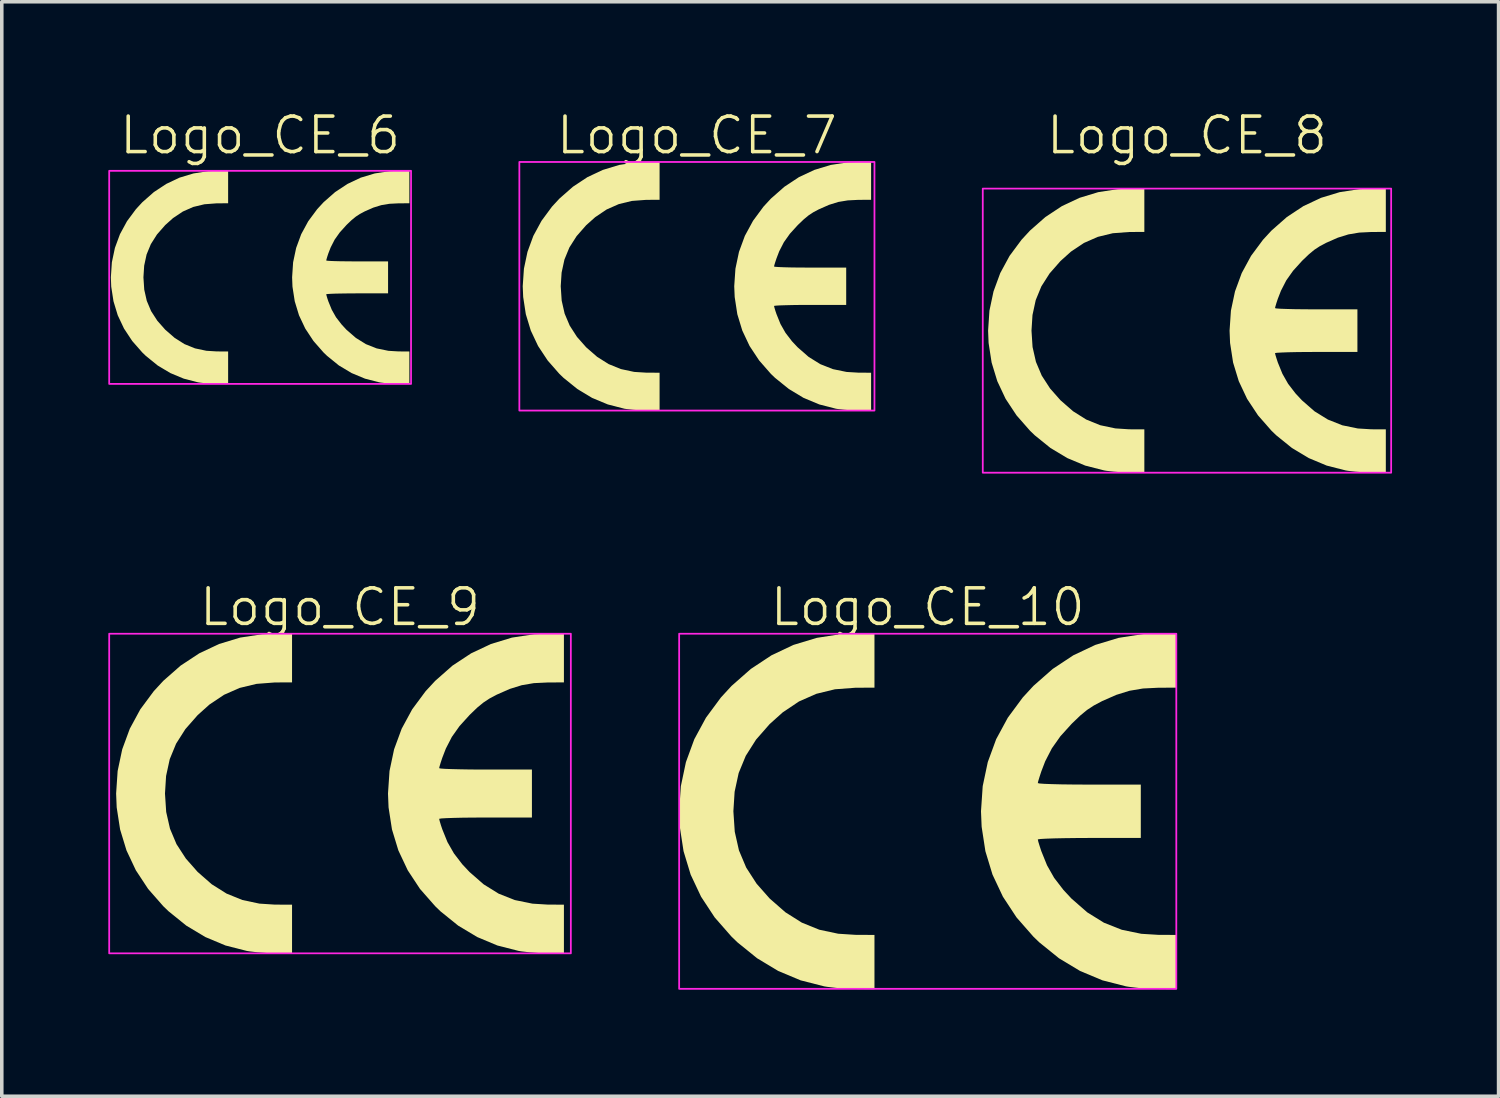
<source format=kicad_pcb>
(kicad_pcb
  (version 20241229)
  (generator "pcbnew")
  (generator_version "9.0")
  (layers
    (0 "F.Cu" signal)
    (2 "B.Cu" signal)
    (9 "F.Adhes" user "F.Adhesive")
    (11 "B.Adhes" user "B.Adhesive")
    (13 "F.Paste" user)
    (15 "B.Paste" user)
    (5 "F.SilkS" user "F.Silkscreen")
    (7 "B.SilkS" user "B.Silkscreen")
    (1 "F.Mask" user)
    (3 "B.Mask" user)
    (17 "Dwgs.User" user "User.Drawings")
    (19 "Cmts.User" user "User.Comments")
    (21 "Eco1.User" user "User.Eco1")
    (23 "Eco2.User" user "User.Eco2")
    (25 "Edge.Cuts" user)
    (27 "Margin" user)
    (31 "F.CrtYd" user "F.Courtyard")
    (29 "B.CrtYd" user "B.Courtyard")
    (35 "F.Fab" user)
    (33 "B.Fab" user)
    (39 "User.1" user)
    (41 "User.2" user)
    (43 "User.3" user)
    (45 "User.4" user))
  (footprint "Logo_CE_10"
    (layer "F.Cu")
    (at 23.075 19.796)
    (property "Reference" "Logo_CE_10" (at 0 -5.75 0) (unlocked yes) (layer "F.SilkS") (effects (font (size 1 1) (thickness 0.1))))
    (attr smd exclude_from_pos_files exclude_from_bom)
    (fp_poly (pts (xy -1.5 -4.246) (xy -1.5 -3.482) (xy -2.038 -3.479) (xy -2.612 -3.436) (xy -3.137 -3.308) (xy -3.625 -3.093) (xy -4.083 -2.786) (xy -4.451 -2.456) (xy -4.835 -2.018) (xy -5.124 -1.562) (xy -5.324 -1.077) (xy -5.438 -0.55) (xy -5.473 0) (xy -5.434 0.577) (xy -5.316 1.101) (xy -5.112 1.585) (xy -4.819 2.039) (xy -4.451 2.456) (xy -4.009 2.843) (xy -3.546 3.135) (xy -3.053 3.335) (xy -2.52 3.448) (xy -2.038 3.479) (xy -1.5 3.482) (xy -1.5 4.246) (xy -1.5 5.01) (xy -2.013 5.005) (xy -2.286 4.996) (xy -2.576 4.974) (xy -2.834 4.943) (xy -2.915 4.93) (xy -3.581 4.76) (xy -4.211 4.496) (xy -4.804 4.139) (xy -5.358 3.691) (xy -5.524 3.531) (xy -5.999 2.989) (xy -6.383 2.405) (xy -6.676 1.783) (xy -6.876 1.125) (xy -6.982 0.435) (xy -7 0) (xy -6.952 -0.708) (xy -6.809 -1.386) (xy -6.573 -2.03) (xy -6.244 -2.637) (xy -5.824 -3.205) (xy -5.524 -3.531) (xy -4.982 -4.008) (xy -4.401 -4.392) (xy -3.782 -4.685) (xy -3.124 -4.884) (xy -2.43 -4.991) (xy -1.968 -5.01) (xy -1.5 -5.01)) (stroke (width 0) (type solid)) (fill yes) (layer "F.SilkS"))
    (fp_poly (pts (xy 7 -4.246) (xy 7 -3.482) (xy 6.487 -3.479) (xy 6.062 -3.458) (xy 5.683 -3.394) (xy 5.312 -3.279) (xy 4.909 -3.102) (xy 4.9 -3.097) (xy 4.676 -2.978) (xy 4.484 -2.852) (xy 4.294 -2.695) (xy 4.074 -2.484) (xy 4.049 -2.459) (xy 3.736 -2.113) (xy 3.496 -1.773) (xy 3.308 -1.408) (xy 3.198 -1.121) (xy 3.146 -0.962) (xy 3.11 -0.842) (xy 3.1 -0.794) (xy 3.148 -0.783) (xy 3.283 -0.773) (xy 3.494 -0.765) (xy 3.767 -0.758) (xy 4.091 -0.754) (xy 4.452 -0.752) (xy 4.55 -0.751) (xy 6 -0.751) (xy 6 0) (xy 6 0.751) (xy 4.55 0.751) (xy 4.181 0.753) (xy 3.846 0.757) (xy 3.559 0.763) (xy 3.331 0.771) (xy 3.175 0.78) (xy 3.103 0.791) (xy 3.1 0.794) (xy 3.115 0.861) (xy 3.155 0.991) (xy 3.198 1.121) (xy 3.36 1.522) (xy 3.561 1.876) (xy 3.821 2.214) (xy 4.049 2.459) (xy 4.491 2.845) (xy 4.961 3.137) (xy 5.466 3.337) (xy 6.015 3.45) (xy 6.487 3.479) (xy 7 3.482) (xy 7 4.246) (xy 7 5.01) (xy 6.487 5.005) (xy 6.214 4.996) (xy 5.924 4.974) (xy 5.666 4.943) (xy 5.585 4.93) (xy 4.919 4.76) (xy 4.289 4.496) (xy 3.696 4.139) (xy 3.142 3.691) (xy 2.976 3.531) (xy 2.501 2.989) (xy 2.117 2.405) (xy 1.824 1.783) (xy 1.624 1.125) (xy 1.518 0.435) (xy 1.5 0) (xy 1.548 -0.708) (xy 1.691 -1.386) (xy 1.927 -2.03) (xy 2.256 -2.637) (xy 2.676 -3.205) (xy 2.976 -3.531) (xy 3.518 -4.008) (xy 4.099 -4.392) (xy 4.718 -4.685) (xy 5.376 -4.884) (xy 6.07 -4.991) (xy 6.532 -5.01) (xy 7 -5.01)) (stroke (width 0) (type solid)) (fill yes) (layer "F.SilkS"))
    (fp_rect (start -7 -5) (end 7 5) (stroke (width 0.05) (type default)) (fill no) (layer "F.CrtYd")))
  (footprint "Logo_CE_6"
    (layer "F.Cu")
    (at 4.275 4.761)
    (property "Reference" "Logo_CE_6" (at 0 -4 0) (unlocked yes) (layer "F.SilkS") (effects (font (size 1 1) (thickness 0.1))))
    (attr smd exclude_from_pos_files exclude_from_bom)
    (fp_poly (pts (xy -0.901 -2.545) (xy -0.901 -2.087) (xy -1.224 -2.085) (xy -1.568 -2.059) (xy -1.884 -1.983) (xy -2.176 -1.854) (xy -2.452 -1.67) (xy -2.673 -1.472) (xy -2.904 -1.209) (xy -3.077 -0.936) (xy -3.197 -0.645) (xy -3.265 -0.33) (xy -3.286 0) (xy -3.263 0.346) (xy -3.192 0.66) (xy -3.07 0.95) (xy -2.894 1.222) (xy -2.673 1.472) (xy -2.407 1.704) (xy -2.13 1.879) (xy -1.834 1.999) (xy -1.513 2.067) (xy -1.224 2.085) (xy -0.901 2.087) (xy -0.901 2.545) (xy -0.901 3.002) (xy -1.208 3) (xy -1.373 2.994) (xy -1.547 2.981) (xy -1.702 2.963) (xy -1.75 2.955) (xy -2.15 2.852) (xy -2.529 2.694) (xy -2.885 2.481) (xy -3.217 2.212) (xy -3.317 2.116) (xy -3.602 1.791) (xy -3.833 1.441) (xy -4.009 1.068) (xy -4.129 0.674) (xy -4.193 0.261) (xy -4.203 0) (xy -4.175 -0.424) (xy -4.089 -0.83) (xy -3.947 -1.216) (xy -3.749 -1.581) (xy -3.497 -1.921) (xy -3.317 -2.116) (xy -2.992 -2.402) (xy -2.643 -2.632) (xy -2.271 -2.808) (xy -1.876 -2.927) (xy -1.459 -2.991) (xy -1.182 -3.002) (xy -0.901 -3.002)) (stroke (width 0) (type solid)) (fill yes) (layer "F.SilkS"))
    (fp_poly (pts (xy 4.203 -2.545) (xy 4.203 -2.087) (xy 3.895 -2.085) (xy 3.64 -2.072) (xy 3.412 -2.034) (xy 3.189 -1.965) (xy 2.948 -1.859) (xy 2.942 -1.856) (xy 2.808 -1.785) (xy 2.693 -1.709) (xy 2.578 -1.615) (xy 2.446 -1.489) (xy 2.431 -1.474) (xy 2.243 -1.266) (xy 2.099 -1.063) (xy 1.987 -0.844) (xy 1.92 -0.672) (xy 1.889 -0.577) (xy 1.868 -0.504) (xy 1.861 -0.476) (xy 1.89 -0.469) (xy 1.972 -0.463) (xy 2.098 -0.458) (xy 2.262 -0.454) (xy 2.457 -0.452) (xy 2.674 -0.45) (xy 2.732 -0.45) (xy 3.603 -0.45) (xy 3.603 0) (xy 3.603 0.45) (xy 2.732 0.45) (xy 2.51 0.451) (xy 2.31 0.454) (xy 2.137 0.457) (xy 2 0.462) (xy 1.906 0.468) (xy 1.863 0.474) (xy 1.861 0.476) (xy 1.871 0.516) (xy 1.894 0.594) (xy 1.92 0.672) (xy 2.018 0.912) (xy 2.138 1.124) (xy 2.295 1.327) (xy 2.431 1.474) (xy 2.697 1.705) (xy 2.979 1.88) (xy 3.282 2) (xy 3.612 2.068) (xy 3.895 2.085) (xy 4.203 2.087) (xy 4.203 2.545) (xy 4.203 3.002) (xy 3.896 3) (xy 3.731 2.994) (xy 3.557 2.981) (xy 3.402 2.963) (xy 3.354 2.955) (xy 2.954 2.852) (xy 2.575 2.694) (xy 2.219 2.481) (xy 1.887 2.212) (xy 1.787 2.116) (xy 1.502 1.791) (xy 1.271 1.441) (xy 1.095 1.068) (xy 0.975 0.674) (xy 0.911 0.261) (xy 0.901 0) (xy 0.929 -0.424) (xy 1.015 -0.83) (xy 1.157 -1.216) (xy 1.355 -1.581) (xy 1.607 -1.921) (xy 1.787 -2.116) (xy 2.112 -2.402) (xy 2.461 -2.632) (xy 2.833 -2.808) (xy 3.228 -2.927) (xy 3.645 -2.991) (xy 3.922 -3.002) (xy 4.203 -3.002)) (stroke (width 0) (type solid)) (fill yes) (layer "F.SilkS"))
    (fp_rect (start -4.25 -3) (end 4.25 3) (stroke (width 0.05) (type default)) (fill no) (layer "F.CrtYd")))
  (footprint "Logo_CE_9"
    (layer "F.Cu")
    (at 6.525 19.296)
    (property "Reference" "Logo_CE_9" (at 0 -5.25 0) (unlocked yes) (layer "F.SilkS") (effects (font (size 1 1) (thickness 0.1))))
    (attr smd exclude_from_pos_files exclude_from_bom)
    (fp_poly (pts (xy -1.351 -3.817) (xy -1.351 -3.13) (xy -1.835 -3.128) (xy -2.352 -3.088) (xy -2.826 -2.974) (xy -3.265 -2.781) (xy -3.678 -2.505) (xy -4.009 -2.208) (xy -4.355 -1.814) (xy -4.616 -1.404) (xy -4.795 -0.968) (xy -4.898 -0.495) (xy -4.929 0) (xy -4.895 0.519) (xy -4.788 0.99) (xy -4.605 1.425) (xy -4.34 1.833) (xy -4.009 2.208) (xy -3.611 2.556) (xy -3.194 2.818) (xy -2.75 2.998) (xy -2.27 3.1) (xy -1.835 3.128) (xy -1.351 3.13) (xy -1.351 3.817) (xy -1.351 4.504) (xy -1.813 4.5) (xy -2.059 4.491) (xy -2.32 4.471) (xy -2.552 4.444) (xy -2.626 4.432) (xy -3.225 4.279) (xy -3.793 4.041) (xy -4.327 3.721) (xy -4.826 3.318) (xy -4.976 3.174) (xy -5.403 2.687) (xy -5.749 2.162) (xy -6.013 1.602) (xy -6.193 1.011) (xy -6.289 0.391) (xy -6.305 0) (xy -6.262 -0.636) (xy -6.133 -1.246) (xy -5.92 -1.825) (xy -5.624 -2.371) (xy -5.246 -2.881) (xy -4.976 -3.174) (xy -4.488 -3.603) (xy -3.964 -3.948) (xy -3.406 -4.211) (xy -2.814 -4.391) (xy -2.189 -4.486) (xy -1.773 -4.504) (xy -1.351 -4.504)) (stroke (width 0) (type solid)) (fill yes) (layer "F.SilkS"))
    (fp_poly (pts (xy 6.305 -3.817) (xy 6.305 -3.13) (xy 5.843 -3.127) (xy 5.46 -3.109) (xy 5.119 -3.051) (xy 4.784 -2.947) (xy 4.422 -2.788) (xy 4.413 -2.784) (xy 4.212 -2.677) (xy 4.039 -2.563) (xy 3.867 -2.422) (xy 3.67 -2.233) (xy 3.647 -2.21) (xy 3.365 -1.899) (xy 3.149 -1.594) (xy 2.98 -1.266) (xy 2.88 -1.007) (xy 2.833 -0.865) (xy 2.801 -0.757) (xy 2.792 -0.714) (xy 2.835 -0.704) (xy 2.957 -0.695) (xy 3.147 -0.688) (xy 3.393 -0.682) (xy 3.685 -0.677) (xy 4.01 -0.676) (xy 4.098 -0.676) (xy 5.404 -0.676) (xy 5.404 0) (xy 5.404 0.676) (xy 4.098 0.676) (xy 3.766 0.677) (xy 3.464 0.68) (xy 3.205 0.686) (xy 3 0.693) (xy 2.86 0.701) (xy 2.795 0.711) (xy 2.792 0.714) (xy 2.806 0.774) (xy 2.841 0.891) (xy 2.88 1.007) (xy 3.026 1.368) (xy 3.208 1.686) (xy 3.442 1.991) (xy 3.647 2.21) (xy 4.045 2.557) (xy 4.468 2.82) (xy 4.923 3) (xy 5.418 3.101) (xy 5.843 3.127) (xy 6.305 3.13) (xy 6.305 3.817) (xy 6.305 4.504) (xy 5.843 4.5) (xy 5.597 4.491) (xy 5.336 4.471) (xy 5.104 4.444) (xy 5.03 4.432) (xy 4.431 4.279) (xy 3.863 4.041) (xy 3.329 3.721) (xy 2.83 3.318) (xy 2.681 3.174) (xy 2.253 2.687) (xy 1.907 2.162) (xy 1.643 1.602) (xy 1.463 1.011) (xy 1.367 0.391) (xy 1.351 0) (xy 1.394 -0.636) (xy 1.523 -1.246) (xy 1.736 -1.825) (xy 2.032 -2.371) (xy 2.41 -2.881) (xy 2.681 -3.174) (xy 3.168 -3.603) (xy 3.692 -3.948) (xy 4.25 -4.211) (xy 4.842 -4.391) (xy 5.467 -4.486) (xy 5.883 -4.504) (xy 6.305 -4.504)) (stroke (width 0) (type solid)) (fill yes) (layer "F.SilkS"))
    (fp_rect (start -6.5 -4.5) (end 6.5 4.5) (stroke (width 0.05) (type default)) (fill no) (layer "F.CrtYd")))
  (footprint "Logo_CE_8"
    (layer "F.Cu")
    (at 30.375 6.261)
    (property "Reference" "Logo_CE_8" (at 0 -5.5 0) (unlocked yes) (layer "F.SilkS") (effects (font (size 1 1) (thickness 0.1))))
    (attr smd exclude_from_pos_files exclude_from_bom)
    (fp_poly (pts (xy -1.2 -3.39) (xy -1.2 -2.78) (xy -1.63 -2.778) (xy -2.089 -2.743) (xy -2.51 -2.641) (xy -2.9 -2.47) (xy -3.267 -2.225) (xy -3.561 -1.961) (xy -3.868 -1.611) (xy -4.1 -1.247) (xy -4.259 -0.86) (xy -4.35 -0.439) (xy -4.378 0) (xy -4.348 0.461) (xy -4.253 0.879) (xy -4.09 1.265) (xy -3.855 1.628) (xy -3.561 1.961) (xy -3.207 2.27) (xy -2.837 2.503) (xy -2.443 2.663) (xy -2.016 2.753) (xy -1.63 2.778) (xy -1.2 2.78) (xy -1.2 3.39) (xy -1.2 4) (xy -1.61 3.996) (xy -1.829 3.989) (xy -2.061 3.971) (xy -2.267 3.947) (xy -2.332 3.936) (xy -2.865 3.8) (xy -3.369 3.589) (xy -3.843 3.305) (xy -4.286 2.947) (xy -4.419 2.819) (xy -4.799 2.386) (xy -5.107 1.92) (xy -5.341 1.423) (xy -5.501 0.898) (xy -5.586 0.347) (xy -5.6 0) (xy -5.562 -0.565) (xy -5.447 -1.106) (xy -5.258 -1.621) (xy -4.995 -2.106) (xy -4.659 -2.559) (xy -4.419 -2.819) (xy -3.986 -3.2) (xy -3.521 -3.507) (xy -3.025 -3.74) (xy -2.499 -3.9) (xy -1.944 -3.985) (xy -1.575 -4) (xy -1.2 -4)) (stroke (width 0) (type solid)) (fill yes) (layer "F.SilkS"))
    (fp_poly (pts (xy 5.6 -3.39) (xy 5.6 -2.78) (xy 5.19 -2.778) (xy 4.85 -2.761) (xy 4.546 -2.71) (xy 4.249 -2.618) (xy 3.927 -2.476) (xy 3.92 -2.473) (xy 3.741 -2.378) (xy 3.587 -2.277) (xy 3.435 -2.151) (xy 3.259 -1.983) (xy 3.239 -1.963) (xy 2.989 -1.687) (xy 2.797 -1.416) (xy 2.647 -1.124) (xy 2.558 -0.895) (xy 2.516 -0.768) (xy 2.488 -0.672) (xy 2.48 -0.634) (xy 2.518 -0.625) (xy 2.627 -0.617) (xy 2.795 -0.611) (xy 3.014 -0.605) (xy 3.273 -0.602) (xy 3.562 -0.6) (xy 3.64 -0.6) (xy 4.8 -0.6) (xy 4.8 0) (xy 4.8 0.6) (xy 3.64 0.6) (xy 3.345 0.601) (xy 3.077 0.604) (xy 2.847 0.609) (xy 2.665 0.616) (xy 2.54 0.623) (xy 2.483 0.631) (xy 2.48 0.634) (xy 2.492 0.687) (xy 2.524 0.791) (xy 2.558 0.895) (xy 2.688 1.215) (xy 2.849 1.498) (xy 3.057 1.768) (xy 3.239 1.963) (xy 3.593 2.272) (xy 3.969 2.504) (xy 4.373 2.665) (xy 4.812 2.755) (xy 5.19 2.778) (xy 5.6 2.78) (xy 5.6 3.39) (xy 5.6 4) (xy 5.19 3.996) (xy 4.971 3.989) (xy 4.739 3.971) (xy 4.533 3.947) (xy 4.468 3.936) (xy 3.935 3.8) (xy 3.431 3.589) (xy 2.957 3.305) (xy 2.514 2.947) (xy 2.381 2.819) (xy 2.001 2.386) (xy 1.693 1.92) (xy 1.459 1.423) (xy 1.299 0.898) (xy 1.214 0.347) (xy 1.2 0) (xy 1.238 -0.565) (xy 1.353 -1.106) (xy 1.542 -1.621) (xy 1.805 -2.106) (xy 2.141 -2.559) (xy 2.381 -2.819) (xy 2.814 -3.2) (xy 3.279 -3.507) (xy 3.775 -3.74) (xy 4.301 -3.9) (xy 4.856 -3.985) (xy 5.225 -4) (xy 5.6 -4)) (stroke (width 0) (type solid)) (fill yes) (layer "F.SilkS"))
    (fp_rect (start -5.75 -4) (end 5.75 4) (stroke (width 0.05) (type default)) (fill no) (layer "F.CrtYd")))
  (footprint "Logo_CE_7"
    (layer "F.Cu")
    (at 16.575 5.011)
    (property "Reference" "Logo_CE_7" (at 0 -4.25 0) (unlocked yes) (layer "F.SilkS") (effects (font (size 1 1) (thickness 0.1))))
    (attr smd exclude_from_pos_files exclude_from_bom)
    (fp_poly (pts (xy -1.051 -2.969) (xy -1.051 -2.435) (xy -1.428 -2.433) (xy -1.83 -2.403) (xy -2.198 -2.314) (xy -2.54 -2.163) (xy -2.861 -1.948) (xy -3.119 -1.718) (xy -3.388 -1.411) (xy -3.591 -1.092) (xy -3.73 -0.753) (xy -3.81 -0.385) (xy -3.835 0) (xy -3.808 0.404) (xy -3.725 0.77) (xy -3.582 1.108) (xy -3.377 1.426) (xy -3.119 1.718) (xy -2.809 1.988) (xy -2.485 2.192) (xy -2.14 2.332) (xy -1.766 2.412) (xy -1.428 2.433) (xy -1.051 2.435) (xy -1.051 2.969) (xy -1.051 3.503) (xy -1.41 3.5) (xy -1.602 3.494) (xy -1.805 3.478) (xy -1.986 3.457) (xy -2.043 3.448) (xy -2.509 3.328) (xy -2.951 3.144) (xy -3.366 2.894) (xy -3.754 2.581) (xy -3.871 2.469) (xy -4.203 2.09) (xy -4.473 1.682) (xy -4.678 1.247) (xy -4.818 0.787) (xy -4.892 0.304) (xy -4.905 0) (xy -4.871 -0.495) (xy -4.771 -0.969) (xy -4.606 -1.419) (xy -4.375 -1.844) (xy -4.081 -2.242) (xy -3.871 -2.469) (xy -3.491 -2.803) (xy -3.084 -3.072) (xy -2.65 -3.276) (xy -2.189 -3.416) (xy -1.703 -3.49) (xy -1.379 -3.503) (xy -1.051 -3.503)) (stroke (width 0) (type solid)) (fill yes) (layer "F.SilkS"))
    (fp_poly (pts (xy 4.905 -2.969) (xy 4.905 -2.435) (xy 4.546 -2.433) (xy 4.248 -2.418) (xy 3.982 -2.374) (xy 3.722 -2.293) (xy 3.44 -2.169) (xy 3.433 -2.166) (xy 3.277 -2.083) (xy 3.142 -1.994) (xy 3.009 -1.884) (xy 2.855 -1.737) (xy 2.837 -1.719) (xy 2.618 -1.478) (xy 2.449 -1.24) (xy 2.318 -0.985) (xy 2.241 -0.784) (xy 2.204 -0.673) (xy 2.179 -0.589) (xy 2.172 -0.555) (xy 2.206 -0.548) (xy 2.301 -0.541) (xy 2.448 -0.535) (xy 2.64 -0.53) (xy 2.867 -0.527) (xy 3.12 -0.526) (xy 3.188 -0.526) (xy 4.204 -0.526) (xy 4.204 0) (xy 4.204 0.526) (xy 3.188 0.526) (xy 2.929 0.526) (xy 2.695 0.529) (xy 2.494 0.534) (xy 2.334 0.539) (xy 2.225 0.546) (xy 2.174 0.553) (xy 2.172 0.555) (xy 2.183 0.602) (xy 2.21 0.693) (xy 2.241 0.784) (xy 2.354 1.064) (xy 2.495 1.312) (xy 2.677 1.549) (xy 2.837 1.719) (xy 3.147 1.99) (xy 3.476 2.194) (xy 3.83 2.334) (xy 4.215 2.413) (xy 4.546 2.433) (xy 4.905 2.435) (xy 4.905 2.969) (xy 4.905 3.503) (xy 4.546 3.5) (xy 4.354 3.494) (xy 4.151 3.478) (xy 3.97 3.457) (xy 3.913 3.448) (xy 3.447 3.328) (xy 3.005 3.144) (xy 2.59 2.894) (xy 2.202 2.581) (xy 2.085 2.469) (xy 1.753 2.09) (xy 1.483 1.682) (xy 1.278 1.247) (xy 1.138 0.787) (xy 1.064 0.304) (xy 1.051 0) (xy 1.085 -0.495) (xy 1.185 -0.969) (xy 1.35 -1.419) (xy 1.581 -1.844) (xy 1.875 -2.242) (xy 2.085 -2.469) (xy 2.465 -2.803) (xy 2.872 -3.072) (xy 3.306 -3.276) (xy 3.767 -3.416) (xy 4.253 -3.49) (xy 4.577 -3.503) (xy 4.905 -3.503)) (stroke (width 0) (type solid)) (fill yes) (layer "F.SilkS"))
    (fp_rect (start -5 -3.5) (end 5 3.5) (stroke (width 0.05) (type default)) (fill no) (layer "F.CrtYd")))
  (gr_rect
    (start -3 -3)
    (end 39.15 27.821)
    (stroke (width 0.1) (type default))
    (fill no)
    (layer "Edge.Cuts")))
</source>
